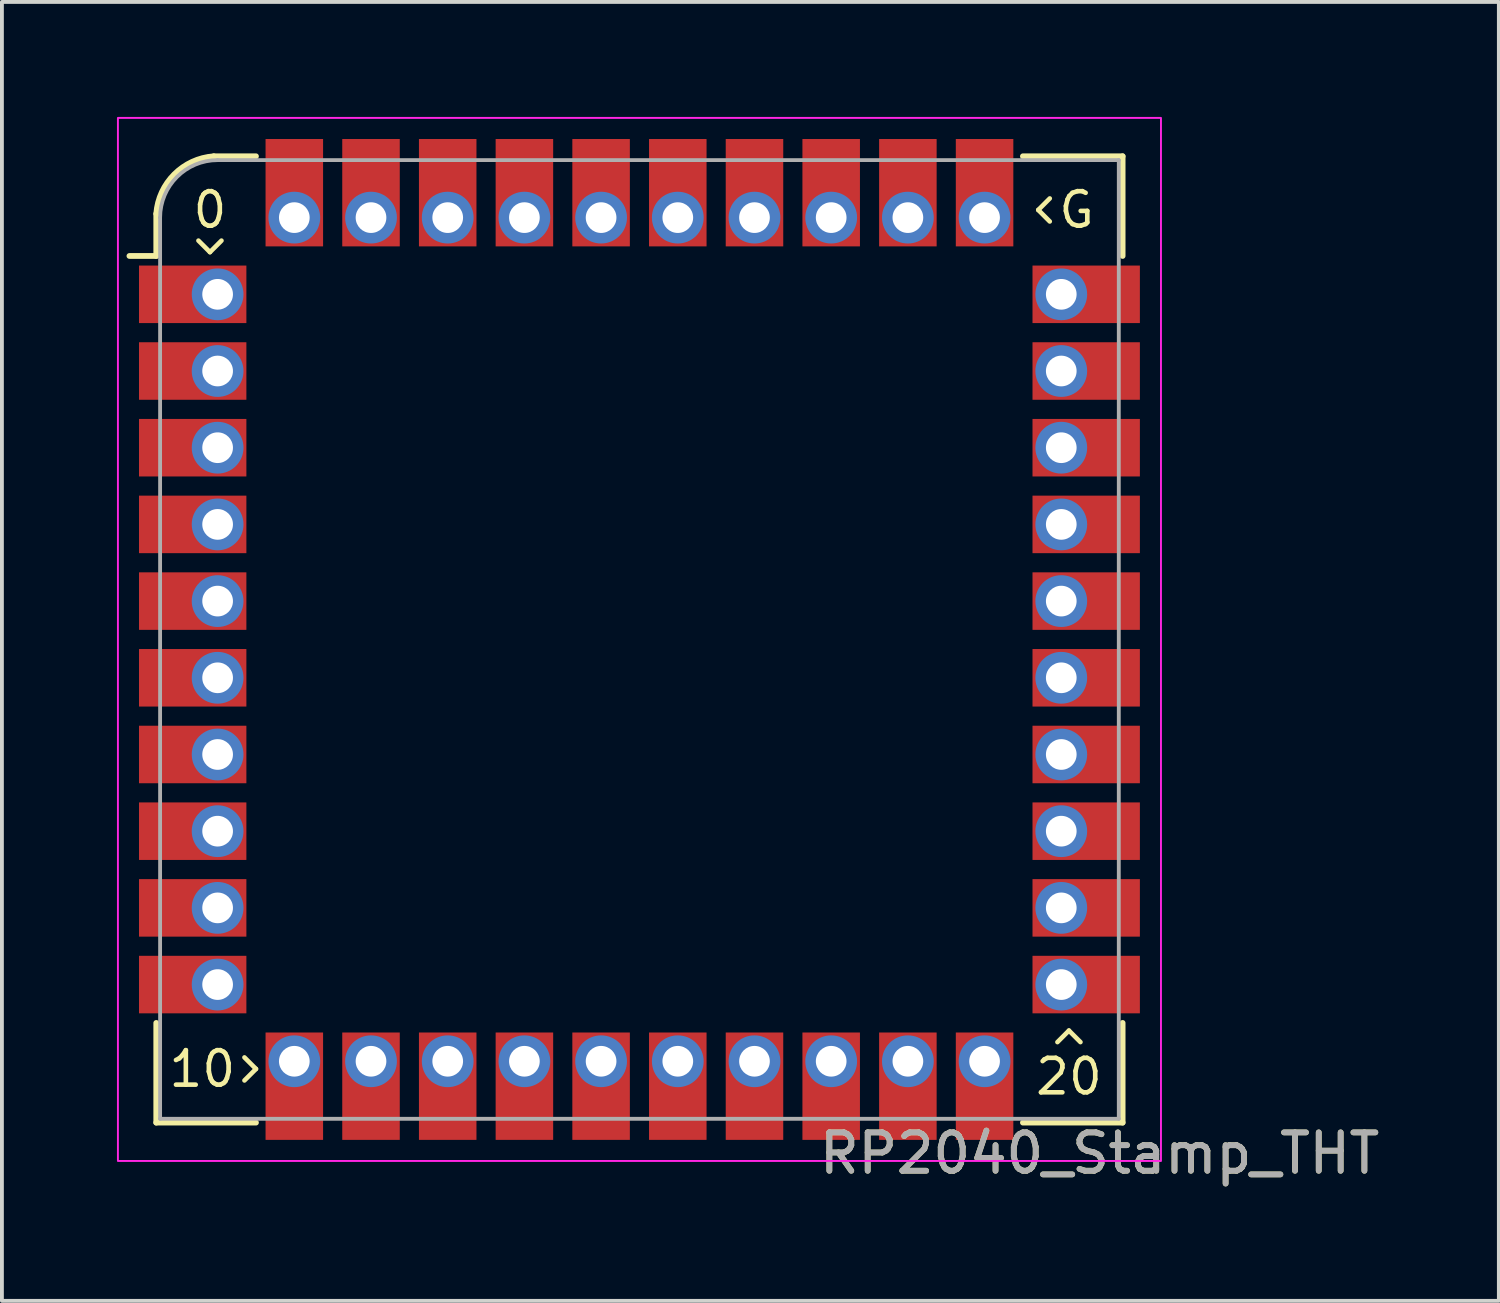
<source format=kicad_pcb>
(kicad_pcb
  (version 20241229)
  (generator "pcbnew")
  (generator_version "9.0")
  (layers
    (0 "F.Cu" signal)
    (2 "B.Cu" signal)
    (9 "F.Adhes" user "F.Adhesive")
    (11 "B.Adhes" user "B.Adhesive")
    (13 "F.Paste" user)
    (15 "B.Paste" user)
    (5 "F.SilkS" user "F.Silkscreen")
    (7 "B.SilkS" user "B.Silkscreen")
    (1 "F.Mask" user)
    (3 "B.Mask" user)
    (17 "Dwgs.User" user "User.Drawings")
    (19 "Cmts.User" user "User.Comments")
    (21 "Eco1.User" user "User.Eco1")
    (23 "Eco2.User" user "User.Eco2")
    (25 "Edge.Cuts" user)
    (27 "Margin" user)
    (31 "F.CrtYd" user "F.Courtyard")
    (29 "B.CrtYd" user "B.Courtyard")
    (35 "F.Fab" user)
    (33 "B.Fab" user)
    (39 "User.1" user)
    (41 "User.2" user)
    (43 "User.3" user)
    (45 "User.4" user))
  (footprint "RP2040_Stamp_THT"
    (layer "F.Cu")
    (at 13.625 13.625)
    (property "Reference" "RP2040_Stamp_THT" (at 12 13.4 0) (unlocked yes) (layer "F.SilkS") (effects (font (size 1 1) (thickness 0.15))))
    (attr through_hole)
    (fp_line (start -12.6 -10) (end -13.3 -10) (stroke (width 0.15) (type solid)) (layer "F.SilkS"))
    (fp_line (start -12.6 -10) (end -12.6 -11.1) (stroke (width 0.15) (type solid)) (layer "F.SilkS"))
    (fp_line (start -12.6 12.6) (end -12.6 10) (stroke (width 0.15) (type solid)) (layer "F.SilkS"))
    (fp_line (start -11.5 -10.4) (end -11.2 -10.1) (stroke (width 0.12) (type solid)) (layer "F.SilkS"))
    (fp_line (start -11.2 -10.1) (end -10.9 -10.4) (stroke (width 0.12) (type solid)) (layer "F.SilkS"))
    (fp_line (start -11.1 -12.6) (end -10 -12.6) (stroke (width 0.15) (type solid)) (layer "F.SilkS"))
    (fp_line (start -10.3 11.5) (end -10 11.2) (stroke (width 0.12) (type solid)) (layer "F.SilkS"))
    (fp_line (start -10 11.2) (end -10.3 10.9) (stroke (width 0.12) (type solid)) (layer "F.SilkS"))
    (fp_line (start -10 12.6) (end -12.6 12.6) (stroke (width 0.15) (type solid)) (layer "F.SilkS"))
    (fp_line (start 10 -12.6) (end 12.6 -12.6) (stroke (width 0.15) (type solid)) (layer "F.SilkS"))
    (fp_line (start 10.4 -11.2) (end 10.7 -10.9) (stroke (width 0.12) (type solid)) (layer "F.SilkS"))
    (fp_line (start 10.7 -11.5) (end 10.4 -11.2) (stroke (width 0.12) (type solid)) (layer "F.SilkS"))
    (fp_line (start 11.2 10.2) (end 10.9 10.5) (stroke (width 0.12) (type solid)) (layer "F.SilkS"))
    (fp_line (start 11.5 10.5) (end 11.2 10.2) (stroke (width 0.12) (type solid)) (layer "F.SilkS"))
    (fp_line (start 12.6 -12.6) (end 12.6 -10) (stroke (width 0.15) (type solid)) (layer "F.SilkS"))
    (fp_line (start 12.6 10) (end 12.6 12.6) (stroke (width 0.15) (type solid)) (layer "F.SilkS"))
    (fp_line (start 12.6 12.6) (end 10 12.6) (stroke (width 0.15) (type solid)) (layer "F.SilkS"))
    (fp_arc (start -12.6 -11.1) (mid -12.129432 -12.129432) (end -11.1 -12.6) (stroke (width 0.15) (type solid)) (layer "F.SilkS"))
    (fp_rect (start -13.6 -13.6) (end 13.6 13.6) (stroke (width 0.05) (type solid)) (fill no) (layer "F.CrtYd"))
    (fp_line (start -12.5 12.5) (end -12.5 -11) (stroke (width 0.1) (type solid)) (layer "F.Fab"))
    (fp_line (start -11 -12.5) (end 12.5 -12.5) (stroke (width 0.1) (type solid)) (layer "F.Fab"))
    (fp_line (start 12.5 -12.5) (end 12.5 12.5) (stroke (width 0.1) (type solid)) (layer "F.Fab"))
    (fp_line (start 12.5 12.5) (end -12.5 12.5) (stroke (width 0.1) (type solid)) (layer "F.Fab"))
    (fp_arc (start -12.500003 -11.000003) (mid -12.060661 -12.060662) (end -11 -12.5) (stroke (width 0.1) (type solid)) (layer "F.Fab"))
    (fp_text user "10" (at -11.4 11.2 0) (unlocked yes) (layer "F.SilkS") (effects (font (size 0.9 0.9) (thickness 0.12))))
    (fp_text user "G" (at 11.4 -11.2 0) (unlocked yes) (layer "F.SilkS") (effects (font (size 0.9 0.9) (thickness 0.12))))
    (fp_text user "20" (at 11.2 11.4 0) (unlocked yes) (layer "F.SilkS") (effects (font (size 0.9 0.9) (thickness 0.12))))
    (fp_text user "0" (at -11.2 -11.2 0) (unlocked yes) (layer "F.SilkS") (effects (font (size 0.9 0.9) (thickness 0.12))))
    (fp_text user "${REFERENCE}" (at 12 13.4 0) (unlocked yes) (layer "F.Fab") (effects (font (size 1 1) (thickness 0.15))))
    (pad "1" smd rect (at -11.65 -9) (size 2.8 1.5) (layers "F.Cu" "F.Mask" "F.Paste"))
    (pad "1" thru_hole circle (at -11 -9) (size 1.35 1.35) (drill 0.8) (layers "*.Cu" "*.Mask"))
    (pad "2" smd rect (at -11.65 -7) (size 2.8 1.5) (layers "F.Cu" "F.Mask" "F.Paste"))
    (pad "2" thru_hole oval (at -11 -7) (size 1.35 1.35) (drill 0.8) (layers "*.Cu" "*.Mask"))
    (pad "3" smd rect (at -11.65 -5) (size 2.8 1.5) (layers "F.Cu" "F.Mask" "F.Paste"))
    (pad "3" thru_hole oval (at -11 -5) (size 1.35 1.35) (drill 0.8) (layers "*.Cu" "*.Mask"))
    (pad "4" smd rect (at -11.65 -3) (size 2.8 1.5) (layers "F.Cu" "F.Mask" "F.Paste"))
    (pad "4" thru_hole oval (at -11 -3) (size 1.35 1.35) (drill 0.8) (layers "*.Cu" "*.Mask"))
    (pad "5" smd rect (at -11.65 -1) (size 2.8 1.5) (layers "F.Cu" "F.Mask" "F.Paste"))
    (pad "5" thru_hole oval (at -11 -1) (size 1.35 1.35) (drill 0.8) (layers "*.Cu" "*.Mask"))
    (pad "6" smd rect (at -11.65 1) (size 2.8 1.5) (layers "F.Cu" "F.Mask" "F.Paste"))
    (pad "6" thru_hole oval (at -11 1) (size 1.35 1.35) (drill 0.8) (layers "*.Cu" "*.Mask"))
    (pad "7" smd rect (at -11.65 3) (size 2.8 1.5) (layers "F.Cu" "F.Mask" "F.Paste"))
    (pad "7" thru_hole oval (at -11 3) (size 1.35 1.35) (drill 0.8) (layers "*.Cu" "*.Mask"))
    (pad "8" smd rect (at -11.65 5) (size 2.8 1.5) (layers "F.Cu" "F.Mask" "F.Paste"))
    (pad "8" thru_hole oval (at -11 5) (size 1.35 1.35) (drill 0.8) (layers "*.Cu" "*.Mask"))
    (pad "9" smd rect (at -11.65 7) (size 2.8 1.5) (layers "F.Cu" "F.Mask" "F.Paste"))
    (pad "9" thru_hole oval (at -11 7) (size 1.35 1.35) (drill 0.8) (layers "*.Cu" "*.Mask"))
    (pad "10" smd rect (at -11.65 9) (size 2.8 1.5) (layers "F.Cu" "F.Mask" "F.Paste"))
    (pad "10" thru_hole oval (at -11 9) (size 1.35 1.35) (drill 0.8) (layers "*.Cu" "*.Mask"))
    (pad "11" thru_hole oval (at -9 11) (size 1.35 1.35) (drill 0.8) (layers "*.Cu" "*.Mask"))
    (pad "11" smd rect (at -9 11.65 270) (size 2.8 1.5) (layers "F.Cu" "F.Mask" "F.Paste"))
    (pad "12" thru_hole oval (at -7 11) (size 1.35 1.35) (drill 0.8) (layers "*.Cu" "*.Mask"))
    (pad "12" smd rect (at -7 11.65 270) (size 2.8 1.5) (layers "F.Cu" "F.Mask" "F.Paste"))
    (pad "13" thru_hole oval (at -5 11) (size 1.35 1.35) (drill 0.8) (layers "*.Cu" "*.Mask"))
    (pad "13" smd rect (at -5 11.65 270) (size 2.8 1.5) (layers "F.Cu" "F.Mask" "F.Paste"))
    (pad "14" thru_hole oval (at -3 11) (size 1.35 1.35) (drill 0.8) (layers "*.Cu" "*.Mask"))
    (pad "14" smd rect (at -3 11.65 270) (size 2.8 1.5) (layers "F.Cu" "F.Mask" "F.Paste"))
    (pad "15" thru_hole oval (at -1 11) (size 1.35 1.35) (drill 0.8) (layers "*.Cu" "*.Mask"))
    (pad "15" smd rect (at -1 11.65 270) (size 2.8 1.5) (layers "F.Cu" "F.Mask" "F.Paste"))
    (pad "16" thru_hole oval (at 1 11) (size 1.35 1.35) (drill 0.8) (layers "*.Cu" "*.Mask"))
    (pad "16" smd rect (at 1 11.65 270) (size 2.8 1.5) (layers "F.Cu" "F.Mask" "F.Paste"))
    (pad "17" thru_hole oval (at 3 11) (size 1.35 1.35) (drill 0.8) (layers "*.Cu" "*.Mask"))
    (pad "17" smd rect (at 3 11.65 270) (size 2.8 1.5) (layers "F.Cu" "F.Mask" "F.Paste"))
    (pad "18" thru_hole oval (at 5 11) (size 1.35 1.35) (drill 0.8) (layers "*.Cu" "*.Mask"))
    (pad "18" smd rect (at 5 11.65 270) (size 2.8 1.5) (layers "F.Cu" "F.Mask" "F.Paste"))
    (pad "19" thru_hole oval (at 7 11) (size 1.35 1.35) (drill 0.8) (layers "*.Cu" "*.Mask"))
    (pad "19" smd rect (at 7 11.65 270) (size 2.8 1.5) (layers "F.Cu" "F.Mask" "F.Paste"))
    (pad "20" thru_hole oval (at 9 11) (size 1.35 1.35) (drill 0.8) (layers "*.Cu" "*.Mask"))
    (pad "20" smd rect (at 9 11.65 270) (size 2.8 1.5) (layers "F.Cu" "F.Mask" "F.Paste"))
    (pad "21" thru_hole oval (at 11 9) (size 1.35 1.35) (drill 0.8) (layers "*.Cu" "*.Mask"))
    (pad "21" smd rect (at 11.65 9) (size 2.8 1.5) (layers "F.Cu" "F.Mask" "F.Paste"))
    (pad "22" thru_hole oval (at 11 7) (size 1.35 1.35) (drill 0.8) (layers "*.Cu" "*.Mask"))
    (pad "22" smd rect (at 11.65 7) (size 2.8 1.5) (layers "F.Cu" "F.Mask" "F.Paste"))
    (pad "23" thru_hole oval (at 11 5) (size 1.35 1.35) (drill 0.8) (layers "*.Cu" "*.Mask"))
    (pad "23" smd rect (at 11.65 5) (size 2.8 1.5) (layers "F.Cu" "F.Mask" "F.Paste"))
    (pad "24" thru_hole oval (at 11 3) (size 1.35 1.35) (drill 0.8) (layers "*.Cu" "*.Mask"))
    (pad "24" smd rect (at 11.65 3) (size 2.8 1.5) (layers "F.Cu" "F.Mask" "F.Paste"))
    (pad "25" thru_hole oval (at 11 1) (size 1.35 1.35) (drill 0.8) (layers "*.Cu" "*.Mask"))
    (pad "25" smd rect (at 11.65 1) (size 2.8 1.5) (layers "F.Cu" "F.Mask" "F.Paste"))
    (pad "26" thru_hole oval (at 11 -1) (size 1.35 1.35) (drill 0.8) (layers "*.Cu" "*.Mask"))
    (pad "26" smd rect (at 11.65 -1) (size 2.8 1.5) (layers "F.Cu" "F.Mask" "F.Paste"))
    (pad "27" thru_hole oval (at 11 -3) (size 1.35 1.35) (drill 0.8) (layers "*.Cu" "*.Mask"))
    (pad "27" smd rect (at 11.65 -3) (size 2.8 1.5) (layers "F.Cu" "F.Mask" "F.Paste"))
    (pad "28" thru_hole oval (at 11 -5) (size 1.35 1.35) (drill 0.8) (layers "*.Cu" "*.Mask"))
    (pad "28" smd rect (at 11.65 -5) (size 2.8 1.5) (layers "F.Cu" "F.Mask" "F.Paste"))
    (pad "29" thru_hole oval (at 11 -7) (size 1.35 1.35) (drill 0.8) (layers "*.Cu" "*.Mask"))
    (pad "29" smd rect (at 11.65 -7) (size 2.8 1.5) (layers "F.Cu" "F.Mask" "F.Paste"))
    (pad "30" thru_hole oval (at 11 -9) (size 1.35 1.35) (drill 0.8) (layers "*.Cu" "*.Mask"))
    (pad "30" smd rect (at 11.65 -9) (size 2.8 1.5) (layers "F.Cu" "F.Mask" "F.Paste"))
    (pad "31" smd rect (at 9 -11.65 270) (size 2.8 1.5) (layers "F.Cu" "F.Mask" "F.Paste"))
    (pad "31" thru_hole oval (at 9 -11) (size 1.35 1.35) (drill 0.8) (layers "*.Cu" "*.Mask"))
    (pad "32" smd rect (at 7 -11.65 270) (size 2.8 1.5) (layers "F.Cu" "F.Mask" "F.Paste"))
    (pad "32" thru_hole oval (at 7 -11) (size 1.35 1.35) (drill 0.8) (layers "*.Cu" "*.Mask"))
    (pad "33" smd rect (at 5 -11.65 270) (size 2.8 1.5) (layers "F.Cu" "F.Mask" "F.Paste"))
    (pad "33" thru_hole oval (at 5 -11) (size 1.35 1.35) (drill 0.8) (layers "*.Cu" "*.Mask"))
    (pad "34" smd rect (at 3 -11.65 270) (size 2.8 1.5) (layers "F.Cu" "F.Mask" "F.Paste"))
    (pad "34" thru_hole oval (at 3 -11) (size 1.35 1.35) (drill 0.8) (layers "*.Cu" "*.Mask"))
    (pad "35" smd rect (at 1 -11.65 270) (size 2.8 1.5) (layers "F.Cu" "F.Mask" "F.Paste"))
    (pad "35" thru_hole oval (at 1 -11) (size 1.35 1.35) (drill 0.8) (layers "*.Cu" "*.Mask"))
    (pad "36" smd rect (at -1 -11.65 270) (size 2.8 1.5) (layers "F.Cu" "F.Mask" "F.Paste"))
    (pad "36" thru_hole oval (at -1 -11) (size 1.35 1.35) (drill 0.8) (layers "*.Cu" "*.Mask"))
    (pad "37" smd rect (at -3 -11.65 270) (size 2.8 1.5) (layers "F.Cu" "F.Mask" "F.Paste"))
    (pad "37" thru_hole oval (at -3 -11) (size 1.35 1.35) (drill 0.8) (layers "*.Cu" "*.Mask"))
    (pad "38" smd rect (at -5 -11.65 270) (size 2.8 1.5) (layers "F.Cu" "F.Mask" "F.Paste"))
    (pad "38" thru_hole oval (at -5 -11) (size 1.35 1.35) (drill 0.8) (layers "*.Cu" "*.Mask"))
    (pad "39" smd rect (at -7 -11.65 270) (size 2.8 1.5) (layers "F.Cu" "F.Mask" "F.Paste"))
    (pad "39" thru_hole oval (at -7 -11) (size 1.35 1.35) (drill 0.8) (layers "*.Cu" "*.Mask"))
    (pad "40" smd rect (at -9 -11.65 270) (size 2.8 1.5) (layers "F.Cu" "F.Mask" "F.Paste"))
    (pad "40" thru_hole oval (at -9 -11) (size 1.35 1.35) (drill 0.8) (layers "*.Cu" "*.Mask")))
  (gr_rect
    (start -3 -3)
    (end 36.036 30.873)
    (stroke (width 0.1) (type default))
    (fill no)
    (layer "Edge.Cuts")))
</source>
